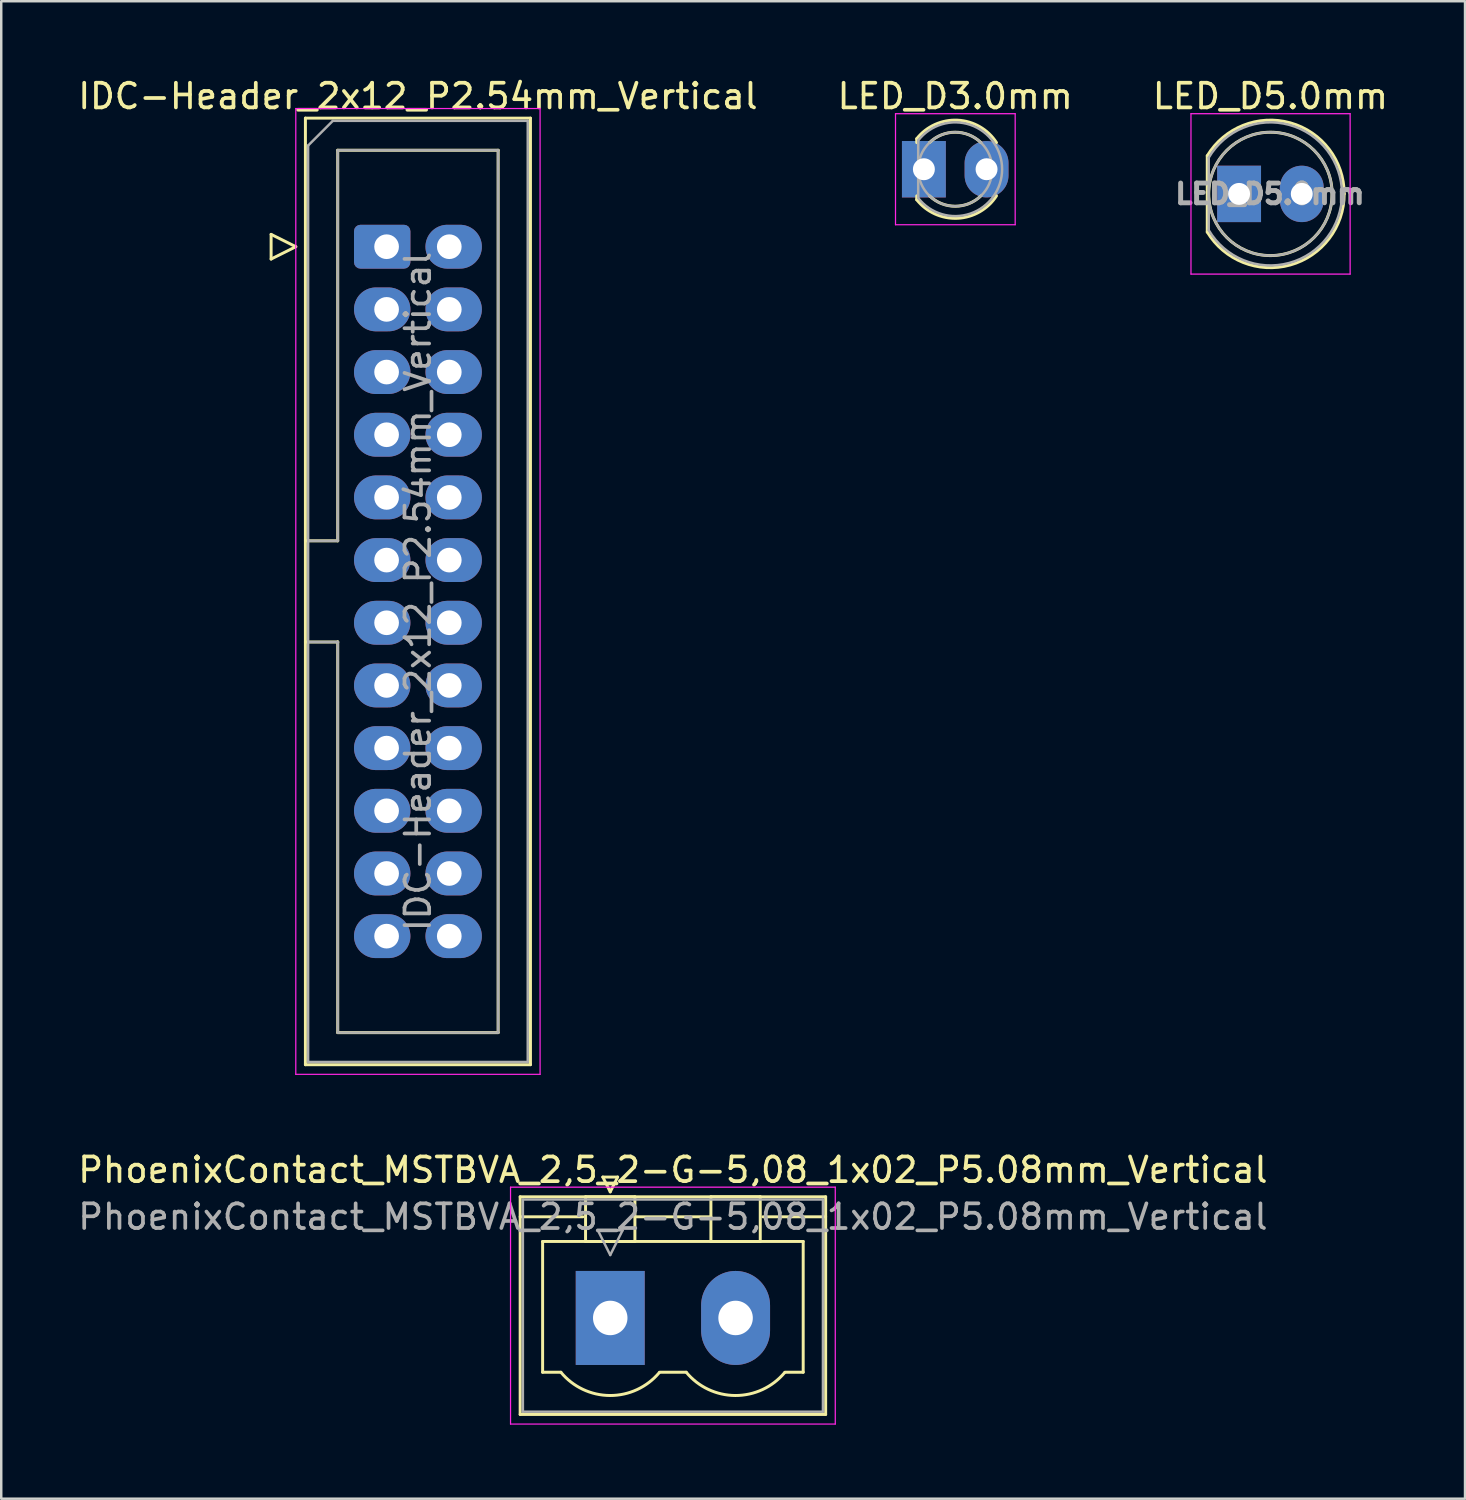
<source format=kicad_pcb>
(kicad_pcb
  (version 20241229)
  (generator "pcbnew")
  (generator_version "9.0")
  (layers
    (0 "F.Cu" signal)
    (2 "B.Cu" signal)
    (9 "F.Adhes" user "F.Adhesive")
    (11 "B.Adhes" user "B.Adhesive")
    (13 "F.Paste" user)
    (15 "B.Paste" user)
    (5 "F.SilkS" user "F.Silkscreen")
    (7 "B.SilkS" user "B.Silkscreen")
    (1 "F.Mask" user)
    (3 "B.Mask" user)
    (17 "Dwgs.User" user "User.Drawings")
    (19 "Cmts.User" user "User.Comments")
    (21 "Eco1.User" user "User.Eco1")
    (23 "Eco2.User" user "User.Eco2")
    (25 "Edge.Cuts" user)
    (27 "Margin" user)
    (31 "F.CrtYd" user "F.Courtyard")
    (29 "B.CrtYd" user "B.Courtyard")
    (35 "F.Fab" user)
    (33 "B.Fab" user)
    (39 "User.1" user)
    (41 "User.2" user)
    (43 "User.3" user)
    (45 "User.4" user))
  (footprint "IDC-Header_2x12_P2.54mm_Vertical"
    (layer "F.Cu")
    (at 12.617 6.948)
    (property "Reference" "IDC-Header_2x12_P2.54mm_Vertical" (at 1.27 -6.1 0) (layer "F.SilkS") (effects (font (size 1 1) (thickness 0.15))))
    (attr through_hole)
    (fp_line (start -4.68 -0.5) (end -4.68 0.5) (stroke (width 0.12) (type solid)) (layer "F.SilkS"))
    (fp_line (start -4.68 0.5) (end -3.68 0) (stroke (width 0.12) (type solid)) (layer "F.SilkS"))
    (fp_line (start -3.68 0) (end -4.68 -0.5) (stroke (width 0.12) (type solid)) (layer "F.SilkS"))
    (fp_line (start -3.29 -5.21) (end 5.83 -5.21) (stroke (width 0.12) (type solid)) (layer "F.SilkS"))
    (fp_line (start -3.29 11.92) (end -1.98 11.92) (stroke (width 0.12) (type solid)) (layer "F.SilkS"))
    (fp_line (start -3.29 33.15) (end -3.29 -5.21) (stroke (width 0.12) (type solid)) (layer "F.SilkS"))
    (fp_line (start -1.98 -3.91) (end 4.52 -3.91) (stroke (width 0.12) (type solid)) (layer "F.SilkS"))
    (fp_line (start -1.98 11.92) (end -1.98 -3.91) (stroke (width 0.12) (type solid)) (layer "F.SilkS"))
    (fp_line (start -1.98 16.02) (end -3.29 16.02) (stroke (width 0.12) (type solid)) (layer "F.SilkS"))
    (fp_line (start -1.98 16.02) (end -1.98 16.02) (stroke (width 0.12) (type solid)) (layer "F.SilkS"))
    (fp_line (start -1.98 31.85) (end -1.98 16.02) (stroke (width 0.12) (type solid)) (layer "F.SilkS"))
    (fp_line (start 4.52 -3.91) (end 4.52 31.85) (stroke (width 0.12) (type solid)) (layer "F.SilkS"))
    (fp_line (start 4.52 31.85) (end -1.98 31.85) (stroke (width 0.12) (type solid)) (layer "F.SilkS"))
    (fp_line (start 5.83 -5.21) (end 5.83 33.15) (stroke (width 0.12) (type solid)) (layer "F.SilkS"))
    (fp_line (start 5.83 33.15) (end -3.29 33.15) (stroke (width 0.12) (type solid)) (layer "F.SilkS"))
    (fp_line (start -3.68 -5.6) (end -3.68 33.54) (stroke (width 0.05) (type solid)) (layer "F.CrtYd"))
    (fp_line (start -3.68 33.54) (end 6.22 33.54) (stroke (width 0.05) (type solid)) (layer "F.CrtYd"))
    (fp_line (start 6.22 -5.6) (end -3.68 -5.6) (stroke (width 0.05) (type solid)) (layer "F.CrtYd"))
    (fp_line (start 6.22 33.54) (end 6.22 -5.6) (stroke (width 0.05) (type solid)) (layer "F.CrtYd"))
    (fp_line (start -3.18 -4.1) (end -2.18 -5.1) (stroke (width 0.1) (type solid)) (layer "F.Fab"))
    (fp_line (start -3.18 11.92) (end -1.98 11.92) (stroke (width 0.1) (type solid)) (layer "F.Fab"))
    (fp_line (start -3.18 33.04) (end -3.18 -4.1) (stroke (width 0.1) (type solid)) (layer "F.Fab"))
    (fp_line (start -2.18 -5.1) (end 5.72 -5.1) (stroke (width 0.1) (type solid)) (layer "F.Fab"))
    (fp_line (start -1.98 -3.91) (end 4.52 -3.91) (stroke (width 0.1) (type solid)) (layer "F.Fab"))
    (fp_line (start -1.98 11.92) (end -1.98 -3.91) (stroke (width 0.1) (type solid)) (layer "F.Fab"))
    (fp_line (start -1.98 16.02) (end -3.18 16.02) (stroke (width 0.1) (type solid)) (layer "F.Fab"))
    (fp_line (start -1.98 16.02) (end -1.98 16.02) (stroke (width 0.1) (type solid)) (layer "F.Fab"))
    (fp_line (start -1.98 31.85) (end -1.98 16.02) (stroke (width 0.1) (type solid)) (layer "F.Fab"))
    (fp_line (start 4.52 -3.91) (end 4.52 31.85) (stroke (width 0.1) (type solid)) (layer "F.Fab"))
    (fp_line (start 4.52 31.85) (end -1.98 31.85) (stroke (width 0.1) (type solid)) (layer "F.Fab"))
    (fp_line (start 5.72 -5.1) (end 5.72 33.04) (stroke (width 0.1) (type solid)) (layer "F.Fab"))
    (fp_line (start 5.72 33.04) (end -3.18 33.04) (stroke (width 0.1) (type solid)) (layer "F.Fab"))
    (fp_text user "${REFERENCE}" (at 1.27 13.97 90) (layer "F.Fab") (effects (font (size 1 1) (thickness 0.15))))
    (pad "1" thru_hole roundrect (at 0 0) (size 2.286 1.778) (drill 1 (offset -0.178 0)) (layers "*.Cu" "*.Mask") (roundrect_rratio 0.147))
    (pad "2" thru_hole oval (at 2.54 0) (size 2.286 1.778) (drill 1 (offset 0.178 0)) (layers "*.Cu" "*.Mask"))
    (pad "3" thru_hole oval (at 0 2.54) (size 2.286 1.778) (drill 1 (offset -0.178 0)) (layers "*.Cu" "*.Mask"))
    (pad "4" thru_hole oval (at 2.54 2.54) (size 2.286 1.778) (drill 1 (offset 0.178 0)) (layers "*.Cu" "*.Mask"))
    (pad "5" thru_hole oval (at 0 5.08) (size 2.286 1.778) (drill 1 (offset -0.178 0)) (layers "*.Cu" "*.Mask"))
    (pad "6" thru_hole oval (at 2.54 5.08) (size 2.286 1.778) (drill 1 (offset 0.178 0)) (layers "*.Cu" "*.Mask"))
    (pad "7" thru_hole oval (at 0 7.62) (size 2.286 1.778) (drill 1 (offset -0.178 0)) (layers "*.Cu" "*.Mask"))
    (pad "8" thru_hole oval (at 2.54 7.62) (size 2.286 1.778) (drill 1 (offset 0.178 0)) (layers "*.Cu" "*.Mask"))
    (pad "9" thru_hole oval (at 0 10.16) (size 2.286 1.778) (drill 1 (offset -0.178 0)) (layers "*.Cu" "*.Mask"))
    (pad "10" thru_hole oval (at 2.54 10.16) (size 2.286 1.778) (drill 1 (offset 0.178 0)) (layers "*.Cu" "*.Mask"))
    (pad "11" thru_hole oval (at 0 12.7) (size 2.286 1.778) (drill 1 (offset -0.178 0)) (layers "*.Cu" "*.Mask"))
    (pad "12" thru_hole oval (at 2.54 12.7) (size 2.286 1.778) (drill 1 (offset 0.178 0)) (layers "*.Cu" "*.Mask"))
    (pad "13" thru_hole oval (at 0 15.24) (size 2.286 1.778) (drill 1 (offset -0.178 0)) (layers "*.Cu" "*.Mask"))
    (pad "14" thru_hole oval (at 2.54 15.24) (size 2.286 1.778) (drill 1 (offset 0.178 0)) (layers "*.Cu" "*.Mask"))
    (pad "15" thru_hole oval (at 0 17.78) (size 2.286 1.778) (drill 1 (offset -0.178 0)) (layers "*.Cu" "*.Mask"))
    (pad "16" thru_hole oval (at 2.54 17.78) (size 2.286 1.778) (drill 1 (offset 0.178 0)) (layers "*.Cu" "*.Mask"))
    (pad "17" thru_hole oval (at 0 20.32) (size 2.286 1.778) (drill 1 (offset -0.178 0)) (layers "*.Cu" "*.Mask"))
    (pad "18" thru_hole oval (at 2.54 20.32) (size 2.286 1.778) (drill 1 (offset 0.178 0)) (layers "*.Cu" "*.Mask"))
    (pad "19" thru_hole oval (at 0 22.86) (size 2.286 1.778) (drill 1 (offset -0.178 0)) (layers "*.Cu" "*.Mask"))
    (pad "20" thru_hole oval (at 2.54 22.86) (size 2.286 1.778) (drill 1 (offset 0.178 0)) (layers "*.Cu" "*.Mask"))
    (pad "21" thru_hole oval (at 0 25.4) (size 2.286 1.778) (drill 1 (offset -0.178 0)) (layers "*.Cu" "*.Mask"))
    (pad "22" thru_hole oval (at 2.54 25.4) (size 2.286 1.778) (drill 1 (offset 0.178 0)) (layers "*.Cu" "*.Mask"))
    (pad "23" thru_hole oval (at 0 27.94) (size 2.286 1.778) (drill 1 (offset -0.178 0)) (layers "*.Cu" "*.Mask"))
    (pad "24" thru_hole oval (at 2.54 27.94) (size 2.286 1.778) (drill 1 (offset 0.178 0)) (layers "*.Cu" "*.Mask")))
  (footprint "LED_D5.0mm"
    (layer "F.Cu")
    (at 47.165 4.808)
    (property "Reference" "LED_D5.0mm" (at 1.27 -3.96 0) (layer "F.SilkS") (effects (font (size 1 1) (thickness 0.15))))
    (attr through_hole)
    (fp_line (start -1.29 -1.545) (end -1.29 1.545) (stroke (width 0.12) (type solid)) (layer "F.SilkS"))
    (fp_arc (start -1.29 -1.54483) (mid 2.072002 -2.880433) (end 4.26 0.000462) (stroke (width 0.12) (type solid)) (layer "F.SilkS"))
    (fp_arc (start 4.26 -0.000462) (mid 2.072002 2.880433) (end -1.29 1.54483) (stroke (width 0.12) (type solid)) (layer "F.SilkS"))
    (fp_circle (center 1.27 0) (end 3.77 0) (stroke (width 0.12) (type solid)) (fill no) (layer "F.SilkS"))
    (fp_line (start -1.95 -3.25) (end -1.95 3.25) (stroke (width 0.05) (type solid)) (layer "F.CrtYd"))
    (fp_line (start -1.95 3.25) (end 4.5 3.25) (stroke (width 0.05) (type solid)) (layer "F.CrtYd"))
    (fp_line (start 4.5 -3.25) (end -1.95 -3.25) (stroke (width 0.05) (type solid)) (layer "F.CrtYd"))
    (fp_line (start 4.5 3.25) (end 4.5 -3.25) (stroke (width 0.05) (type solid)) (layer "F.CrtYd"))
    (fp_line (start -1.23 -1.47) (end -1.23 1.47) (stroke (width 0.1) (type solid)) (layer "F.Fab"))
    (fp_arc (start -1.23 -1.469694) (mid 4.17 0.000016) (end -1.230016 1.469666) (stroke (width 0.1) (type solid)) (layer "F.Fab"))
    (fp_circle (center 1.27 0) (end 3.77 0) (stroke (width 0.1) (type solid)) (fill no) (layer "F.Fab"))
    (fp_text user "${REFERENCE}" (at 1.25 0 0) (layer "F.Fab") (effects (font (size 0.8 0.8) (thickness 0.2))))
    (pad "1" thru_hole rect (at 0 0) (size 1.778 2.286) (drill 0.889) (layers "*.Cu" "*.Mask"))
    (pad "2" thru_hole oval (at 2.54 0) (size 1.778 2.286) (drill 0.889) (layers "*.Cu" "*.Mask")))
  (footprint "PhoenixContact_MSTBVA_2,5_2-G-5,08_1x02_P5.08mm_Vertical"
    (layer "F.Cu")
    (at 21.68 50.361)
    (property "Reference" "PhoenixContact_MSTBVA_2,5_2-G-5,08_1x02_P5.08mm_Vertical" (at 2.54 -6 0) (layer "F.SilkS") (effects (font (size 1 1) (thickness 0.15))))
    (attr through_hole)
    (fp_line (start -3.65 -4.91) (end -3.65 3.91) (stroke (width 0.12) (type solid)) (layer "F.SilkS"))
    (fp_line (start -3.65 -4.1) (end -1.11 -4.1) (stroke (width 0.12) (type solid)) (layer "F.SilkS"))
    (fp_line (start -3.65 3.91) (end 8.73 3.91) (stroke (width 0.12) (type solid)) (layer "F.SilkS"))
    (fp_line (start -2.74 -3.1) (end 7.82 -3.1) (stroke (width 0.12) (type solid)) (layer "F.SilkS"))
    (fp_line (start -2.74 2.2) (end -2.74 -3.1) (stroke (width 0.12) (type solid)) (layer "F.SilkS"))
    (fp_line (start -2 2.2) (end -2.74 2.2) (stroke (width 0.12) (type solid)) (layer "F.SilkS"))
    (fp_line (start -1 -4.91) (end 1 -4.91) (stroke (width 0.12) (type solid)) (layer "F.SilkS"))
    (fp_line (start -1 -3.1) (end -1 -4.91) (stroke (width 0.12) (type solid)) (layer "F.SilkS"))
    (fp_line (start -0.3 -5.71) (end 0.3 -5.71) (stroke (width 0.12) (type solid)) (layer "F.SilkS"))
    (fp_line (start 0 -5.11) (end -0.3 -5.71) (stroke (width 0.12) (type solid)) (layer "F.SilkS"))
    (fp_line (start 0.3 -5.71) (end 0 -5.11) (stroke (width 0.12) (type solid)) (layer "F.SilkS"))
    (fp_line (start 1 -4.91) (end 1 -3.1) (stroke (width 0.12) (type solid)) (layer "F.SilkS"))
    (fp_line (start 1 -4.1) (end 4.08 -4.1) (stroke (width 0.12) (type solid)) (layer "F.SilkS"))
    (fp_line (start 1 -3.1) (end -1 -3.1) (stroke (width 0.12) (type solid)) (layer "F.SilkS"))
    (fp_line (start 2 2.2) (end 3.08 2.2) (stroke (width 0.12) (type solid)) (layer "F.SilkS"))
    (fp_line (start 4.08 -4.91) (end 6.08 -4.91) (stroke (width 0.12) (type solid)) (layer "F.SilkS"))
    (fp_line (start 4.08 -3.1) (end 4.08 -4.91) (stroke (width 0.12) (type solid)) (layer "F.SilkS"))
    (fp_line (start 6.08 -4.91) (end 6.08 -3.1) (stroke (width 0.12) (type solid)) (layer "F.SilkS"))
    (fp_line (start 6.08 -3.1) (end 4.08 -3.1) (stroke (width 0.12) (type solid)) (layer "F.SilkS"))
    (fp_line (start 7.82 -3.1) (end 7.82 2.2) (stroke (width 0.12) (type solid)) (layer "F.SilkS"))
    (fp_line (start 7.82 2.2) (end 7.08 2.2) (stroke (width 0.12) (type solid)) (layer "F.SilkS"))
    (fp_line (start 8.73 -4.91) (end -3.65 -4.91) (stroke (width 0.12) (type solid)) (layer "F.SilkS"))
    (fp_line (start 8.73 -4.1) (end 6.19 -4.1) (stroke (width 0.12) (type solid)) (layer "F.SilkS"))
    (fp_line (start 8.73 3.91) (end 8.73 -4.91) (stroke (width 0.12) (type solid)) (layer "F.SilkS"))
    (fp_arc (start 1.986842 2.215821) (mid -0.010289 3.142758) (end -2 2.2) (stroke (width 0.12) (type solid)) (layer "F.SilkS"))
    (fp_arc (start 7.066842 2.215821) (mid 5.069711 3.142758) (end 3.08 2.2) (stroke (width 0.12) (type solid)) (layer "F.SilkS"))
    (fp_line (start -4.04 -5.3) (end -4.04 4.3) (stroke (width 0.05) (type solid)) (layer "F.CrtYd"))
    (fp_line (start -4.04 4.3) (end 9.12 4.3) (stroke (width 0.05) (type solid)) (layer "F.CrtYd"))
    (fp_line (start 9.12 -5.3) (end -4.04 -5.3) (stroke (width 0.05) (type solid)) (layer "F.CrtYd"))
    (fp_line (start 9.12 4.3) (end 9.12 -5.3) (stroke (width 0.05) (type solid)) (layer "F.CrtYd"))
    (fp_line (start -3.54 -4.8) (end -3.54 3.8) (stroke (width 0.1) (type solid)) (layer "F.Fab"))
    (fp_line (start -3.54 3.8) (end 8.62 3.8) (stroke (width 0.1) (type solid)) (layer "F.Fab"))
    (fp_line (start -0.5 -3.55) (end 0.5 -3.55) (stroke (width 0.1) (type solid)) (layer "F.Fab"))
    (fp_line (start 0 -2.55) (end -0.5 -3.55) (stroke (width 0.1) (type solid)) (layer "F.Fab"))
    (fp_line (start 0.5 -3.55) (end 0 -2.55) (stroke (width 0.1) (type solid)) (layer "F.Fab"))
    (fp_line (start 8.62 -4.8) (end -3.54 -4.8) (stroke (width 0.1) (type solid)) (layer "F.Fab"))
    (fp_line (start 8.62 3.8) (end 8.62 -4.8) (stroke (width 0.1) (type solid)) (layer "F.Fab"))
    (fp_text user "${REFERENCE}" (at 2.54 -4.1 0) (layer "F.Fab") (effects (font (size 1 1) (thickness 0.15))))
    (pad "1" thru_hole rect (at 0 0) (size 2.794 3.81) (drill 1.397) (layers "*.Cu" "*.Mask"))
    (pad "2" thru_hole oval (at 5.08 0) (size 2.794 3.81) (drill 1.397) (layers "*.Cu" "*.Mask")))
  (footprint "LED_D3.0mm"
    (layer "F.Cu")
    (at 34.391 3.808)
    (property "Reference" "LED_D3.0mm" (at 1.27 -2.96 0) (layer "F.SilkS") (effects (font (size 1 1) (thickness 0.15))))
    (attr through_hole)
    (fp_line (start -0.29 -1.236) (end -0.29 -1.08) (stroke (width 0.12) (type solid)) (layer "F.SilkS"))
    (fp_line (start -0.29 1.08) (end -0.29 1.236) (stroke (width 0.12) (type solid)) (layer "F.SilkS"))
    (fp_arc (start -0.29 -1.235516) (mid 1.366487 -1.987659) (end 2.942335 -1.078608) (stroke (width 0.12) (type solid)) (layer "F.SilkS"))
    (fp_arc (start 0.229039 -1.08) (mid 1.270117 -1.5) (end 2.31113 -1.079837) (stroke (width 0.12) (type solid)) (layer "F.SilkS"))
    (fp_arc (start 2.31113 1.079837) (mid 1.270117 1.5) (end 0.229039 1.08) (stroke (width 0.12) (type solid)) (layer "F.SilkS"))
    (fp_arc (start 2.942335 1.078608) (mid 1.366487 1.987659) (end -0.29 1.235516) (stroke (width 0.12) (type solid)) (layer "F.SilkS"))
    (fp_line (start -1.15 -2.25) (end -1.15 2.25) (stroke (width 0.05) (type solid)) (layer "F.CrtYd"))
    (fp_line (start -1.15 2.25) (end 3.7 2.25) (stroke (width 0.05) (type solid)) (layer "F.CrtYd"))
    (fp_line (start 3.7 -2.25) (end -1.15 -2.25) (stroke (width 0.05) (type solid)) (layer "F.CrtYd"))
    (fp_line (start 3.7 2.25) (end 3.7 -2.25) (stroke (width 0.05) (type solid)) (layer "F.CrtYd"))
    (fp_line (start -0.23 -1.166) (end -0.23 1.166) (stroke (width 0.1) (type solid)) (layer "F.Fab"))
    (fp_arc (start -0.23 -1.16619) (mid 3.17 0.000452) (end -0.230555 1.165476) (stroke (width 0.1) (type solid)) (layer "F.Fab"))
    (fp_circle (center 1.27 0) (end 2.77 0) (stroke (width 0.1) (type solid)) (fill no) (layer "F.Fab"))
    (pad "1" thru_hole rect (at 0 0) (size 1.778 2.286) (drill 0.889) (layers "*.Cu" "*.Mask"))
    (pad "2" thru_hole oval (at 2.54 0) (size 1.778 2.286) (drill 0.889) (layers "*.Cu" "*.Mask")))
  (gr_rect
    (start -3 -3)
    (end 56.321 57.687)
    (stroke (width 0.1) (type default))
    (fill no)
    (layer "Edge.Cuts")))
</source>
